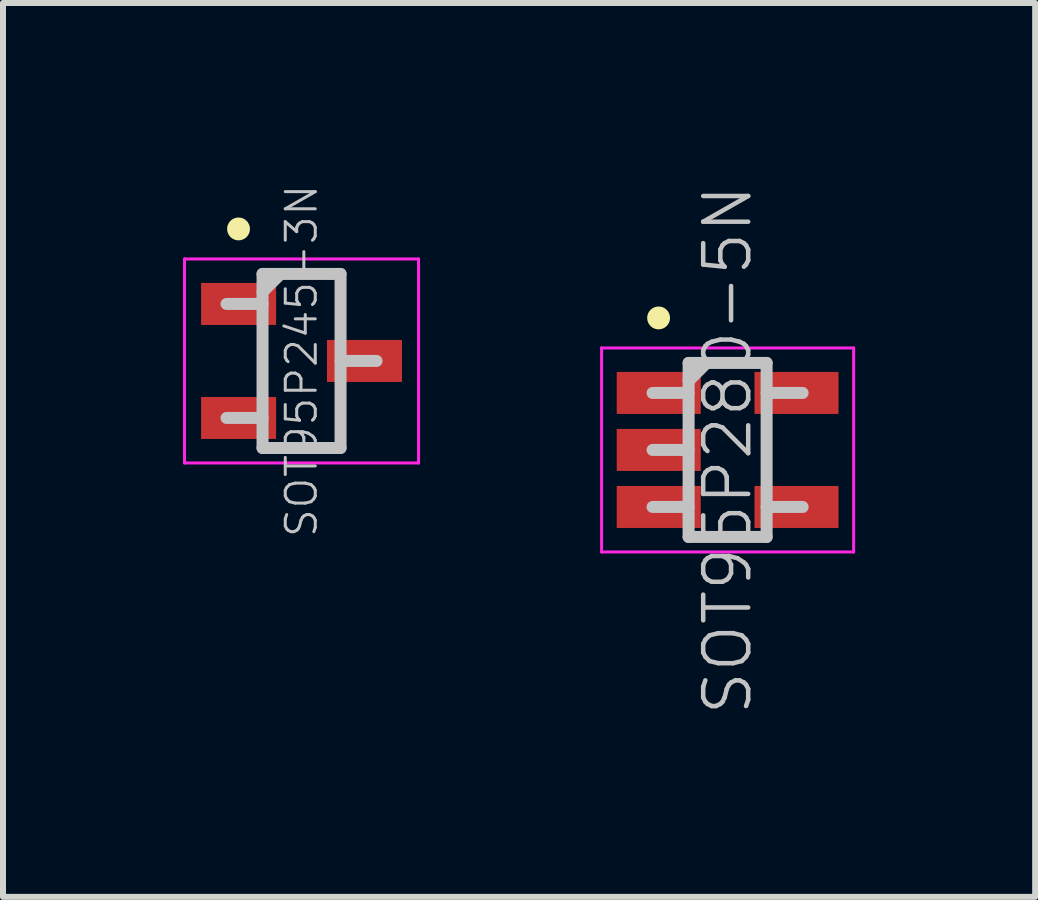
<source format=kicad_pcb>
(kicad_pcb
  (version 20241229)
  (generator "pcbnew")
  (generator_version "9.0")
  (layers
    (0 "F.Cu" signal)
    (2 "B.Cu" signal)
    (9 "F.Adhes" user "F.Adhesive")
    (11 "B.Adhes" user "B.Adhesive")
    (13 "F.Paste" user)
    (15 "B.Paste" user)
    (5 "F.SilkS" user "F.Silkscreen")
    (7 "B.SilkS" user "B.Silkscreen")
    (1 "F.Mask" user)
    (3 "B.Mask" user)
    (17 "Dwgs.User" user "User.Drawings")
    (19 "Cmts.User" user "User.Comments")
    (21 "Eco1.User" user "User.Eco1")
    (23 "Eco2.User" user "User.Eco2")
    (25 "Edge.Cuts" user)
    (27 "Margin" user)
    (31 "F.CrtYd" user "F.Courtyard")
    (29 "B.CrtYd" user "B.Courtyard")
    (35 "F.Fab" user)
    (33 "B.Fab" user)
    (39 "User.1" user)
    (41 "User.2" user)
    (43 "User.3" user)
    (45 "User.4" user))
  (footprint "SOT95P245-3N"
    (layer "F.Cu")
    (at 1.975 2.965)
    (property "Reference" "SOT95P245-3N" (at 0 0 90) (layer "Dwgs.User") (effects (font (size 0.5 0.5) (thickness 0.05))))
    (attr smd)
    (fp_line (start -1.05 -2.2) (end -1.05 -2.2) (stroke (width 0.381) (type solid)) (layer "F.SilkS"))
    (fp_line (start -0.65 -1.45) (end -0.65 1.45) (stroke (width 0.2) (type solid)) (layer "Dwgs.User"))
    (fp_line (start -0.65 -1.45) (end 0.65 -1.45) (stroke (width 0.2) (type solid)) (layer "Dwgs.User"))
    (fp_line (start -0.65 -1.15) (end -0.35 -1.45) (stroke (width 0.2) (type solid)) (layer "Dwgs.User"))
    (fp_line (start -0.65 -0.95) (end -1.25 -0.95) (stroke (width 0.2) (type solid)) (layer "Dwgs.User"))
    (fp_line (start -0.65 0.95) (end -1.25 0.95) (stroke (width 0.2) (type solid)) (layer "Dwgs.User"))
    (fp_line (start -0.65 1.45) (end 0.65 1.45) (stroke (width 0.2) (type solid)) (layer "Dwgs.User"))
    (fp_line (start 0.65 -1.45) (end 0.65 1.45) (stroke (width 0.2) (type solid)) (layer "Dwgs.User"))
    (fp_line (start 1.25 0) (end 0.65 0) (stroke (width 0.2) (type solid)) (layer "Dwgs.User"))
    (fp_line (start -1.95 -1.7) (end -1.95 1.7) (stroke (width 0.05) (type solid)) (layer "F.CrtYd"))
    (fp_line (start -1.95 -1.7) (end 1.95 -1.7) (stroke (width 0.05) (type solid)) (layer "F.CrtYd"))
    (fp_line (start -1.95 1.7) (end 1.95 1.7) (stroke (width 0.05) (type solid)) (layer "F.CrtYd"))
    (fp_line (start 1.95 -1.7) (end 1.95 1.7) (stroke (width 0.05) (type solid)) (layer "F.CrtYd"))
    (pad "1" smd rect (at -1.049 -0.95 90) (size 0.7 1.25) (layers "F.Cu" "F.Mask" "F.Paste"))
    (pad "2" smd rect (at -1.049 0.95 90) (size 0.7 1.25) (layers "F.Cu" "F.Mask" "F.Paste"))
    (pad "3" smd rect (at 1.049 0 90) (size 0.7 1.25) (layers "F.Cu" "F.Mask" "F.Paste")))
  (footprint "SOT95P280-5N"
    (layer "F.Cu")
    (at 9.075 4.448)
    (property "Reference" "SOT95P280-5N" (at 0 0 90) (layer "Dwgs.User") (effects (font (size 0.75 0.75) (thickness 0.075))))
    (attr smd)
    (fp_line (start -1.15 -2.2) (end -1.15 -2.2) (stroke (width 0.381) (type solid)) (layer "F.SilkS"))
    (fp_line (start -0.65 -1.45) (end -0.65 1.45) (stroke (width 0.2) (type solid)) (layer "Dwgs.User"))
    (fp_line (start -0.65 -1.45) (end 0.65 -1.45) (stroke (width 0.2) (type solid)) (layer "Dwgs.User"))
    (fp_line (start -0.65 -1.15) (end -0.35 -1.45) (stroke (width 0.2) (type solid)) (layer "Dwgs.User"))
    (fp_line (start -0.65 -0.95) (end -1.25 -0.95) (stroke (width 0.2) (type solid)) (layer "Dwgs.User"))
    (fp_line (start -0.65 0) (end -1.25 0) (stroke (width 0.2) (type solid)) (layer "Dwgs.User"))
    (fp_line (start -0.65 0.95) (end -1.25 0.95) (stroke (width 0.2) (type solid)) (layer "Dwgs.User"))
    (fp_line (start -0.65 1.45) (end 0.65 1.45) (stroke (width 0.2) (type solid)) (layer "Dwgs.User"))
    (fp_line (start 0.65 -1.45) (end 0.65 1.45) (stroke (width 0.2) (type solid)) (layer "Dwgs.User"))
    (fp_line (start 1.25 -0.95) (end 0.65 -0.95) (stroke (width 0.2) (type solid)) (layer "Dwgs.User"))
    (fp_line (start 1.25 0.95) (end 0.65 0.95) (stroke (width 0.2) (type solid)) (layer "Dwgs.User"))
    (fp_line (start -2.1 -1.7) (end -2.1 1.7) (stroke (width 0.05) (type solid)) (layer "F.CrtYd"))
    (fp_line (start -2.1 -1.7) (end 2.1 -1.7) (stroke (width 0.05) (type solid)) (layer "F.CrtYd"))
    (fp_line (start -2.1 1.7) (end 2.1 1.7) (stroke (width 0.05) (type solid)) (layer "F.CrtYd"))
    (fp_line (start 2.1 -1.7) (end 2.1 1.7) (stroke (width 0.05) (type solid)) (layer "F.CrtYd"))
    (pad "1" smd rect (at -1.148 -0.95 90) (size 0.7 1.4) (layers "F.Cu" "F.Mask" "F.Paste"))
    (pad "2" smd rect (at -1.148 0 90) (size 0.7 1.4) (layers "F.Cu" "F.Mask" "F.Paste"))
    (pad "3" smd rect (at -1.148 0.95 90) (size 0.7 1.4) (layers "F.Cu" "F.Mask" "F.Paste"))
    (pad "4" smd rect (at 1.148 0.95 90) (size 0.7 1.4) (layers "F.Cu" "F.Mask" "F.Paste"))
    (pad "5" smd rect (at 1.148 -0.95 90) (size 0.7 1.4) (layers "F.Cu" "F.Mask" "F.Paste")))
  (gr_rect
    (start -3 -3)
    (end 14.2 11.896)
    (stroke (width 0.1) (type default))
    (fill no)
    (layer "Edge.Cuts")))
</source>
